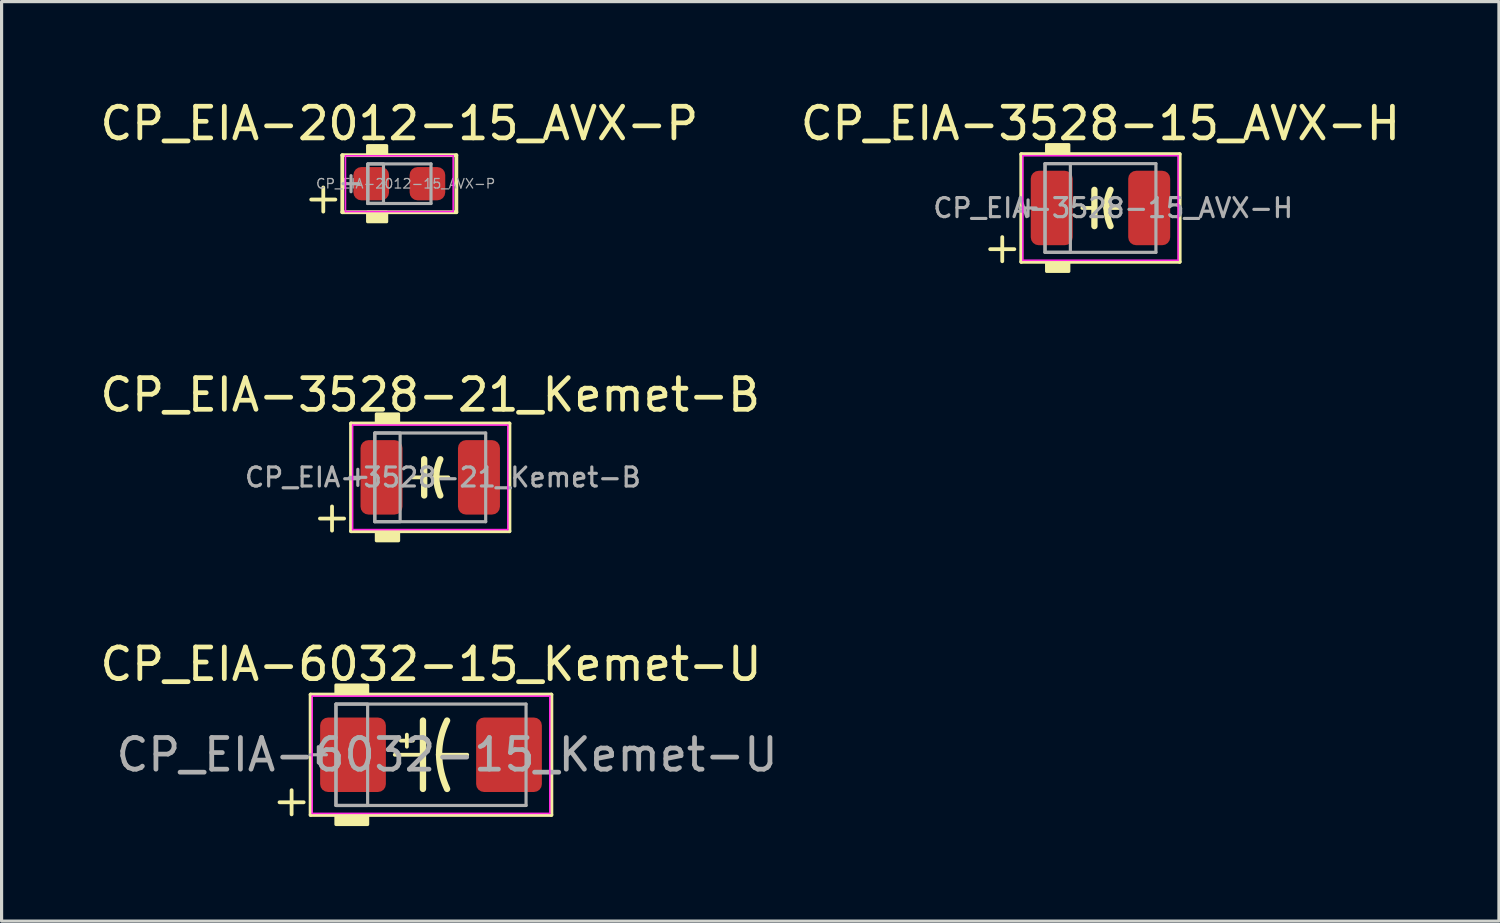
<source format=kicad_pcb>
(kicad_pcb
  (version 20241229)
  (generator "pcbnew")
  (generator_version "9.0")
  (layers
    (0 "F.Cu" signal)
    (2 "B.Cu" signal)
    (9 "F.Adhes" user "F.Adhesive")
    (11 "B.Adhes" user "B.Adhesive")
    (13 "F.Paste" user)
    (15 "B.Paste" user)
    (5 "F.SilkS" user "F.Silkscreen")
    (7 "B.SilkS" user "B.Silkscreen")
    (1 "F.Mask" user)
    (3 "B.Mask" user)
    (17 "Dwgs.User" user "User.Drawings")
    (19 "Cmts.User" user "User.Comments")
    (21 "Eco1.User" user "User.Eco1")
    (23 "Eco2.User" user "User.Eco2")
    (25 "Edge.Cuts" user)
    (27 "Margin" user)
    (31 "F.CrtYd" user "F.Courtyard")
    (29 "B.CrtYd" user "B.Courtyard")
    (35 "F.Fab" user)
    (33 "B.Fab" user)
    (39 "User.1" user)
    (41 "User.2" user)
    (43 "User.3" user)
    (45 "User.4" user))
  (footprint "CP_EIA-3528-21_Kemet-B"
    (layer "F.Cu")
    (at 10.53 12.017)
    (property "Reference" "CP_EIA-3528-21_Kemet-B" (at 0 -2.603 0) (layer "F.SilkS") (effects (font (size 1 1) (thickness 0.15))))
    (attr smd)
    (fp_line (start -3.481 1.3) (end -2.719 1.3) (stroke (width 0.12) (type solid)) (layer "F.SilkS"))
    (fp_line (start -3.1 0.919) (end -3.1 1.681) (stroke (width 0.12) (type solid)) (layer "F.SilkS"))
    (fp_line (start -2.5 -1.7) (end -2.5 1.7) (stroke (width 0.12) (type solid)) (layer "F.SilkS"))
    (fp_line (start -2.5 1.7) (end 2.5 1.7) (stroke (width 0.12) (type solid)) (layer "F.SilkS"))
    (fp_line (start -0.572 0) (end -0.191 0) (stroke (width 0.12) (type solid)) (layer "F.SilkS"))
    (fp_line (start -0.191 -0.572) (end -0.191 0.572) (stroke (width 0.2) (type solid)) (layer "F.SilkS"))
    (fp_line (start 0.572 0) (end 0.191 0) (stroke (width 0.12) (type solid)) (layer "F.SilkS"))
    (fp_line (start 2.5 -1.7) (end -2.5 -1.7) (stroke (width 0.12) (type solid)) (layer "F.SilkS"))
    (fp_line (start 2.5 1.7) (end 2.5 -1.7) (stroke (width 0.12) (type solid)) (layer "F.SilkS"))
    (fp_arc (start 0.1905 0) (mid 0.222579 -0.292732) (end 0.3175 -0.5715) (stroke (width 0.2) (type solid)) (layer "F.SilkS"))
    (fp_arc (start 0.3175 0.5715) (mid 0.226611 0.291836) (end 0.1905 0) (stroke (width 0.2) (type solid)) (layer "F.SilkS"))
    (fp_poly (pts (xy -1 -1.7) (xy -1.7 -1.7) (xy -1.7 -2) (xy -1 -2)) (stroke (width 0.1) (type solid)) (fill yes) (layer "F.SilkS"))
    (fp_poly (pts (xy -1 2) (xy -1.7 2) (xy -1.7 1.7) (xy -1 1.7)) (stroke (width 0.1) (type solid)) (fill yes) (layer "F.SilkS"))
    (fp_line (start -2.45 -1.65) (end 2.45 -1.65) (stroke (width 0.05) (type solid)) (layer "F.CrtYd"))
    (fp_line (start -2.45 1.65) (end -2.45 -1.65) (stroke (width 0.05) (type solid)) (layer "F.CrtYd"))
    (fp_line (start 2.45 -1.65) (end 2.45 1.65) (stroke (width 0.05) (type solid)) (layer "F.CrtYd"))
    (fp_line (start 2.45 1.65) (end -2.45 1.65) (stroke (width 0.05) (type solid)) (layer "F.CrtYd"))
    (fp_line (start -2.286 -0.254) (end -2.286 0.254) (stroke (width 0.1) (type solid)) (layer "F.Fab"))
    (fp_line (start -2.032 0) (end -2.54 0) (stroke (width 0.1) (type solid)) (layer "F.Fab"))
    (fp_line (start -1.75 -1.4) (end -1.75 1.4) (stroke (width 0.1) (type solid)) (layer "F.Fab"))
    (fp_line (start -1.75 1.4) (end 1.75 1.4) (stroke (width 0.1) (type solid)) (layer "F.Fab"))
    (fp_line (start 1.75 -1.4) (end -1.75 -1.4) (stroke (width 0.1) (type solid)) (layer "F.Fab"))
    (fp_line (start 1.75 1.4) (end 1.75 -1.4) (stroke (width 0.1) (type solid)) (layer "F.Fab"))
    (fp_rect (start -1.75 -1.4) (end -0.95 1.4) (stroke (width 0.1) (type solid)) (fill no) (layer "F.Fab"))
    (fp_text user "${REFERENCE}" (at 0.4 0 0) (layer "F.Fab") (effects (font (size 0.6 0.6) (thickness 0.1))))
    (pad "1" smd roundrect (at -1.538 0) (size 1.325 2.35) (layers "F.Cu" "F.Mask" "F.Paste") (roundrect_rratio 0.189))
    (pad "2" smd roundrect (at 1.538 0) (size 1.325 2.35) (layers "F.Cu" "F.Mask" "F.Paste") (roundrect_rratio 0.189)))
  (footprint "CP_EIA-6032-15_Kemet-U"
    (layer "F.Cu")
    (at 10.554 20.773)
    (property "Reference" "CP_EIA-6032-15_Kemet-U" (at 0 -2.857 0) (layer "F.SilkS") (effects (font (size 1 1) (thickness 0.15))))
    (attr smd)
    (fp_line (start -4.781 1.5) (end -4.019 1.5) (stroke (width 0.12) (type solid)) (layer "F.SilkS"))
    (fp_line (start -4.4 1.119) (end -4.4 1.881) (stroke (width 0.12) (type solid)) (layer "F.SilkS"))
    (fp_line (start -3.8 -1.9) (end -3.8 1.9) (stroke (width 0.12) (type solid)) (layer "F.SilkS"))
    (fp_line (start -3.8 1.9) (end 3.8 1.9) (stroke (width 0.12) (type solid)) (layer "F.SilkS"))
    (fp_line (start -1.143 0) (end -0.254 0) (stroke (width 0.12) (type solid)) (layer "F.SilkS"))
    (fp_line (start -0.762 -0.254) (end -0.762 -0.635) (stroke (width 0.12) (type solid)) (layer "F.SilkS"))
    (fp_line (start -0.572 -0.445) (end -0.953 -0.445) (stroke (width 0.12) (type solid)) (layer "F.SilkS"))
    (fp_line (start -0.254 -1.079) (end -0.254 1.079) (stroke (width 0.2) (type solid)) (layer "F.SilkS"))
    (fp_line (start 1.143 0) (end 0.254 0) (stroke (width 0.12) (type solid)) (layer "F.SilkS"))
    (fp_line (start 3.8 -1.9) (end -3.8 -1.9) (stroke (width 0.12) (type solid)) (layer "F.SilkS"))
    (fp_line (start 3.8 1.9) (end 3.8 -1.9) (stroke (width 0.12) (type solid)) (layer "F.SilkS"))
    (fp_arc (start 0.254 0) (mid 0.318254 -0.554514) (end 0.508 -1.0795) (stroke (width 0.2) (type solid)) (layer "F.SilkS"))
    (fp_arc (start 0.508 1.0795) (mid 0.32588 0.552719) (end 0.254 0) (stroke (width 0.2) (type solid)) (layer "F.SilkS"))
    (fp_poly (pts (xy -2 -1.9) (xy -3 -1.9) (xy -3 -2.2) (xy -2 -2.2)) (stroke (width 0.1) (type solid)) (fill yes) (layer "F.SilkS"))
    (fp_poly (pts (xy -2 2.2) (xy -3 2.2) (xy -3 1.9) (xy -2 1.9)) (stroke (width 0.1) (type solid)) (fill yes) (layer "F.SilkS"))
    (fp_line (start -3.75 -1.85) (end 3.75 -1.85) (stroke (width 0.05) (type solid)) (layer "F.CrtYd"))
    (fp_line (start -3.75 1.85) (end -3.75 -1.85) (stroke (width 0.05) (type solid)) (layer "F.CrtYd"))
    (fp_line (start 3.75 -1.85) (end 3.75 1.85) (stroke (width 0.05) (type solid)) (layer "F.CrtYd"))
    (fp_line (start 3.75 1.85) (end -3.75 1.85) (stroke (width 0.05) (type solid)) (layer "F.CrtYd"))
    (fp_line (start -3.556 -0.254) (end -3.556 0.254) (stroke (width 0.1) (type solid)) (layer "F.Fab"))
    (fp_line (start -3.302 0) (end -3.81 0) (stroke (width 0.1) (type solid)) (layer "F.Fab"))
    (fp_line (start -3 -1.6) (end -3 1.6) (stroke (width 0.1) (type solid)) (layer "F.Fab"))
    (fp_line (start -3 1.6) (end 3 1.6) (stroke (width 0.1) (type solid)) (layer "F.Fab"))
    (fp_line (start 3 -1.6) (end -3 -1.6) (stroke (width 0.1) (type solid)) (layer "F.Fab"))
    (fp_line (start 3 1.6) (end 3 -1.6) (stroke (width 0.1) (type solid)) (layer "F.Fab"))
    (fp_rect (start -3 -1.6) (end -2 1.6) (stroke (width 0.1) (type solid)) (fill no) (layer "F.Fab"))
    (fp_text user "${REFERENCE}" (at 0.508 0 0) (layer "F.Fab") (effects (font (size 1 1) (thickness 0.15))))
    (pad "1" smd roundrect (at -2.462 0) (size 2.075 2.35) (layers "F.Cu" "F.Mask" "F.Paste") (roundrect_rratio 0.12))
    (pad "2" smd roundrect (at 2.462 0) (size 2.075 2.35) (layers "F.Cu" "F.Mask" "F.Paste") (roundrect_rratio 0.12)))
  (footprint "CP_EIA-3528-15_AVX-H"
    (layer "F.Cu")
    (at 31.685 3.515)
    (property "Reference" "CP_EIA-3528-15_AVX-H" (at 0 -2.667 0) (layer "F.SilkS") (effects (font (size 1 1) (thickness 0.15))))
    (attr smd)
    (fp_line (start -3.481 1.3) (end -2.719 1.3) (stroke (width 0.12) (type solid)) (layer "F.SilkS"))
    (fp_line (start -3.1 0.919) (end -3.1 1.681) (stroke (width 0.12) (type solid)) (layer "F.SilkS"))
    (fp_line (start -2.5 -1.7) (end -2.5 1.7) (stroke (width 0.12) (type solid)) (layer "F.SilkS"))
    (fp_line (start -2.5 1.7) (end 2.5 1.7) (stroke (width 0.12) (type solid)) (layer "F.SilkS"))
    (fp_line (start -0.572 0) (end -0.191 0) (stroke (width 0.12) (type solid)) (layer "F.SilkS"))
    (fp_line (start -0.191 -0.572) (end -0.191 0.572) (stroke (width 0.2) (type solid)) (layer "F.SilkS"))
    (fp_line (start 0.572 0) (end 0.191 0) (stroke (width 0.12) (type solid)) (layer "F.SilkS"))
    (fp_line (start 2.5 -1.7) (end -2.5 -1.7) (stroke (width 0.12) (type solid)) (layer "F.SilkS"))
    (fp_line (start 2.5 1.7) (end 2.5 -1.7) (stroke (width 0.12) (type solid)) (layer "F.SilkS"))
    (fp_arc (start 0.1905 0) (mid 0.222579 -0.292732) (end 0.3175 -0.5715) (stroke (width 0.2) (type solid)) (layer "F.SilkS"))
    (fp_arc (start 0.3175 0.5715) (mid 0.226611 0.291836) (end 0.1905 0) (stroke (width 0.2) (type solid)) (layer "F.SilkS"))
    (fp_poly (pts (xy -1 -1.7) (xy -1.7 -1.7) (xy -1.7 -2) (xy -1 -2)) (stroke (width 0.1) (type solid)) (fill yes) (layer "F.SilkS"))
    (fp_poly (pts (xy -1 2) (xy -1.7 2) (xy -1.7 1.7) (xy -1 1.7)) (stroke (width 0.1) (type solid)) (fill yes) (layer "F.SilkS"))
    (fp_line (start -2.45 -1.65) (end 2.45 -1.65) (stroke (width 0.05) (type solid)) (layer "F.CrtYd"))
    (fp_line (start -2.45 1.65) (end -2.45 -1.65) (stroke (width 0.05) (type solid)) (layer "F.CrtYd"))
    (fp_line (start 2.45 -1.65) (end 2.45 1.65) (stroke (width 0.05) (type solid)) (layer "F.CrtYd"))
    (fp_line (start 2.45 1.65) (end -2.45 1.65) (stroke (width 0.05) (type solid)) (layer "F.CrtYd"))
    (fp_line (start -2.286 -0.254) (end -2.286 0.254) (stroke (width 0.1) (type solid)) (layer "F.Fab"))
    (fp_line (start -2.032 0) (end -2.54 0) (stroke (width 0.1) (type solid)) (layer "F.Fab"))
    (fp_line (start -1.75 -1.4) (end -1.75 1.4) (stroke (width 0.1) (type solid)) (layer "F.Fab"))
    (fp_line (start -1.75 1.4) (end 1.75 1.4) (stroke (width 0.1) (type solid)) (layer "F.Fab"))
    (fp_line (start 1.75 -1.4) (end -1.75 -1.4) (stroke (width 0.1) (type solid)) (layer "F.Fab"))
    (fp_line (start 1.75 1.4) (end 1.75 -1.4) (stroke (width 0.1) (type solid)) (layer "F.Fab"))
    (fp_rect (start -1.75 -1.4) (end -0.95 1.4) (stroke (width 0.1) (type solid)) (fill no) (layer "F.Fab"))
    (fp_text user "${REFERENCE}" (at 0.4 0 0) (layer "F.Fab") (effects (font (size 0.6 0.6) (thickness 0.1))))
    (pad "1" smd roundrect (at -1.538 0) (size 1.325 2.35) (layers "F.Cu" "F.Mask" "F.Paste") (roundrect_rratio 0.189))
    (pad "2" smd roundrect (at 1.538 0) (size 1.325 2.35) (layers "F.Cu" "F.Mask" "F.Paste") (roundrect_rratio 0.189)))
  (footprint "CP_EIA-2012-15_AVX-P"
    (layer "F.Cu")
    (at 9.554 2.748)
    (property "Reference" "CP_EIA-2012-15_AVX-P" (at 0 -1.9 0) (layer "F.SilkS") (effects (font (size 1 1) (thickness 0.15))))
    (attr smd)
    (fp_line (start -2.781 0.5) (end -2.019 0.5) (stroke (width 0.12) (type solid)) (layer "F.SilkS"))
    (fp_line (start -2.4 0.119) (end -2.4 0.881) (stroke (width 0.12) (type solid)) (layer "F.SilkS"))
    (fp_line (start -1.8 -0.9) (end -1.8 0.9) (stroke (width 0.12) (type solid)) (layer "F.SilkS"))
    (fp_line (start -1.8 0.9) (end 1.8 0.9) (stroke (width 0.12) (type solid)) (layer "F.SilkS"))
    (fp_line (start 1.8 -0.9) (end -1.8 -0.9) (stroke (width 0.12) (type solid)) (layer "F.SilkS"))
    (fp_line (start 1.8 0.9) (end 1.8 -0.9) (stroke (width 0.12) (type solid)) (layer "F.SilkS"))
    (fp_poly (pts (xy -0.4 -0.9) (xy -1 -0.9) (xy -1 -1.2) (xy -0.4 -1.2)) (stroke (width 0.1) (type solid)) (fill yes) (layer "F.SilkS"))
    (fp_poly (pts (xy -0.4 1.2) (xy -1 1.2) (xy -1 0.9) (xy -0.4 0.9)) (stroke (width 0.1) (type solid)) (fill yes) (layer "F.SilkS"))
    (fp_line (start -1.7 -0.88) (end 1.7 -0.88) (stroke (width 0.05) (type solid)) (layer "F.CrtYd"))
    (fp_line (start -1.7 0.88) (end -1.7 -0.88) (stroke (width 0.05) (type solid)) (layer "F.CrtYd"))
    (fp_line (start 1.7 -0.88) (end 1.7 0.88) (stroke (width 0.05) (type solid)) (layer "F.CrtYd"))
    (fp_line (start 1.7 0.88) (end -1.7 0.88) (stroke (width 0.05) (type solid)) (layer "F.CrtYd"))
    (fp_line (start -1.524 -0.254) (end -1.524 0.254) (stroke (width 0.1) (type solid)) (layer "F.Fab"))
    (fp_line (start -1.27 0) (end -1.778 0) (stroke (width 0.1) (type solid)) (layer "F.Fab"))
    (fp_line (start -1 -0.62) (end -1 0.625) (stroke (width 0.1) (type solid)) (layer "F.Fab"))
    (fp_line (start -1 0.625) (end 1 0.625) (stroke (width 0.1) (type solid)) (layer "F.Fab"))
    (fp_line (start 1 -0.625) (end -0.99 -0.625) (stroke (width 0.1) (type solid)) (layer "F.Fab"))
    (fp_line (start 1 0.625) (end 1 -0.625) (stroke (width 0.1) (type solid)) (layer "F.Fab"))
    (fp_rect (start -0.99 -0.625) (end -0.5 0.62) (stroke (width 0.1) (type solid)) (fill no) (layer "F.Fab"))
    (fp_text user "${REFERENCE}" (at 0.2 0 0) (layer "F.Fab") (effects (font (size 0.3 0.3) (thickness 0.04))))
    (pad "1" smd roundrect (at -0.887 0) (size 1.125 1.05) (layers "F.Cu" "F.Mask" "F.Paste") (roundrect_rratio 0.238))
    (pad "2" smd roundrect (at 0.887 0) (size 1.125 1.05) (layers "F.Cu" "F.Mask" "F.Paste") (roundrect_rratio 0.238)))
  (gr_rect
    (start -3 -3)
    (end 44.262 26.023)
    (stroke (width 0.1) (type default))
    (fill no)
    (layer "Edge.Cuts")))
</source>
